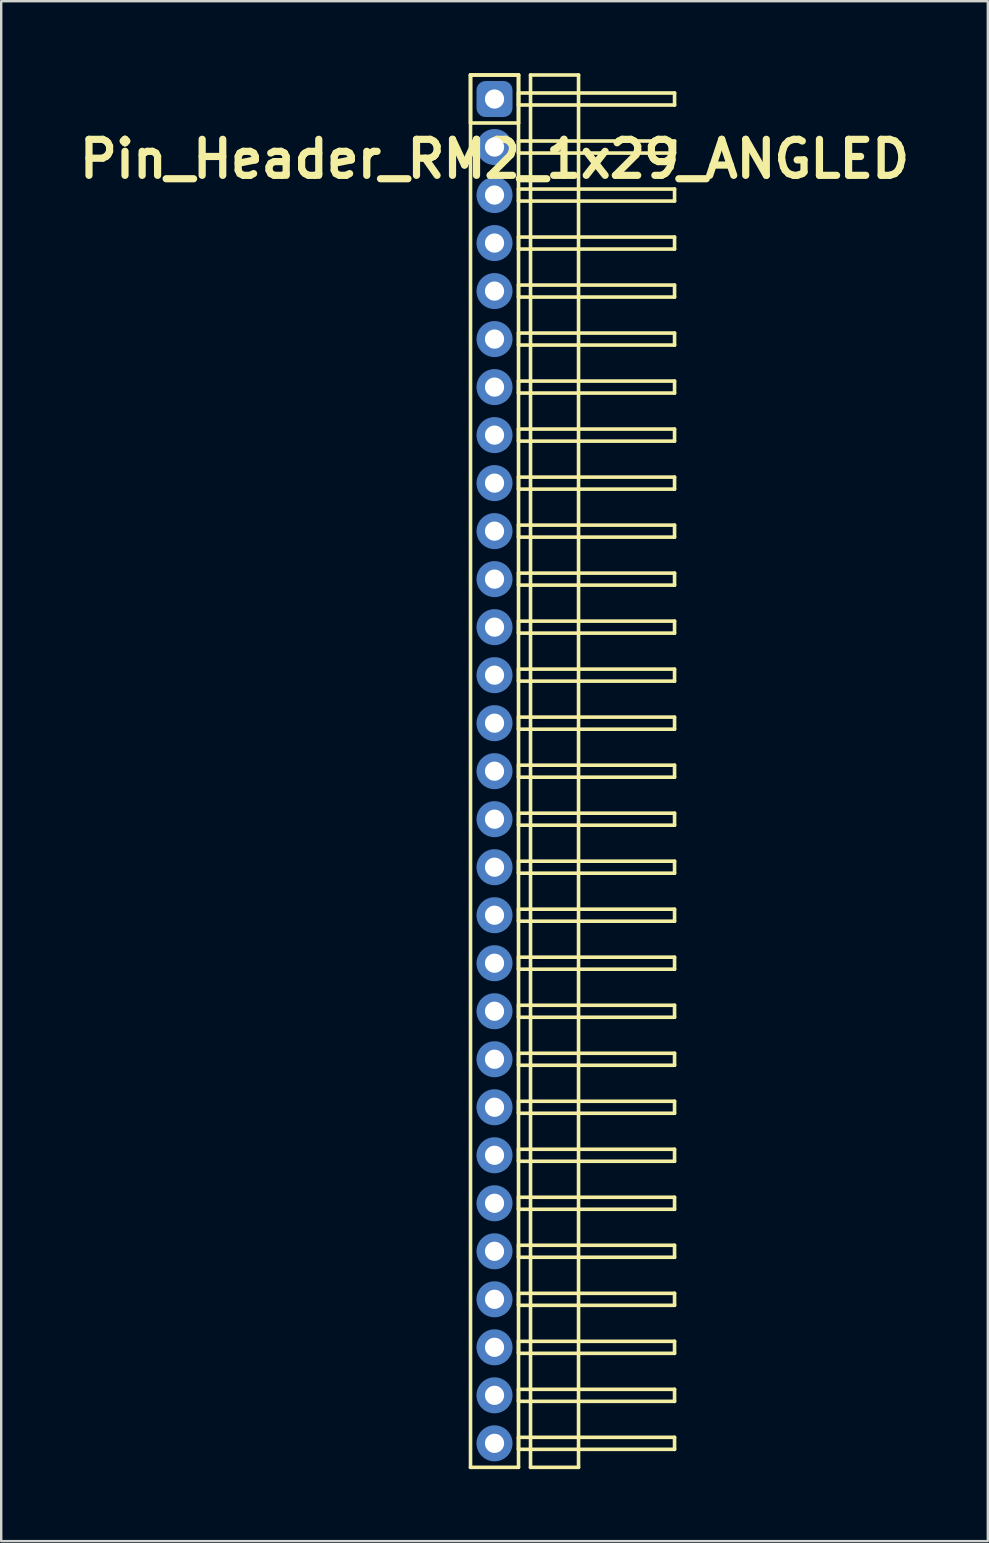
<source format=kicad_pcb>
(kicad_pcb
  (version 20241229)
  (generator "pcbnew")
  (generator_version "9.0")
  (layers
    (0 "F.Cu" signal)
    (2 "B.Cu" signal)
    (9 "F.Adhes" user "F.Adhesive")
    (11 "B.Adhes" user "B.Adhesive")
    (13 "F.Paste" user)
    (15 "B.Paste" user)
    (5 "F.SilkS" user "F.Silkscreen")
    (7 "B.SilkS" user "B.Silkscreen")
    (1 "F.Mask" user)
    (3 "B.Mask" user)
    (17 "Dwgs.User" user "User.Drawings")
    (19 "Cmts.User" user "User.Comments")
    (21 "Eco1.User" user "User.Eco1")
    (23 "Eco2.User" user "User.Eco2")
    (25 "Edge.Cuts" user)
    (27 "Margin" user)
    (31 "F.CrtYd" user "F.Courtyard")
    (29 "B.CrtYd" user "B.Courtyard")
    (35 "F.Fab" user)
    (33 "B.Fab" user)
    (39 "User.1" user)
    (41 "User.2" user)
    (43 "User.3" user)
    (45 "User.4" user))
  (footprint "Pin_Header_RM2_1x29_ANGLED"
    (layer "F.Cu")
    (at 17.55 1.075)
    (property "Reference" "Pin_Header_RM2_1x29_ANGLED" (at 0 2.5 0) (layer "F.SilkS") (effects (font (size 1.5 1.5) (thickness 0.3))))
    (attr through_hole)
    (fp_line (start -1 -1) (end 1 -1) (stroke (width 0.15) (type solid)) (layer "F.SilkS"))
    (fp_line (start -1 -1) (end 1 -1) (stroke (width 0.15) (type solid)) (layer "F.SilkS"))
    (fp_line (start -1 1) (end -1 -1) (stroke (width 0.15) (type solid)) (layer "F.SilkS"))
    (fp_line (start -1 57) (end -1 -1) (stroke (width 0.15) (type solid)) (layer "F.SilkS"))
    (fp_line (start 1 -1) (end 1 1) (stroke (width 0.15) (type solid)) (layer "F.SilkS"))
    (fp_line (start 1 -1) (end 1 57) (stroke (width 0.15) (type solid)) (layer "F.SilkS"))
    (fp_line (start 1 -0.25) (end 7.5 -0.25) (stroke (width 0.15) (type solid)) (layer "F.SilkS"))
    (fp_line (start 1 0.25) (end 1 -0.25) (stroke (width 0.15) (type solid)) (layer "F.SilkS"))
    (fp_line (start 1 1) (end -1 1) (stroke (width 0.15) (type solid)) (layer "F.SilkS"))
    (fp_line (start 1 1.75) (end 7.5 1.75) (stroke (width 0.15) (type solid)) (layer "F.SilkS"))
    (fp_line (start 1 2.25) (end 1 1.75) (stroke (width 0.15) (type solid)) (layer "F.SilkS"))
    (fp_line (start 1 3.75) (end 7.5 3.75) (stroke (width 0.15) (type solid)) (layer "F.SilkS"))
    (fp_line (start 1 4.25) (end 1 3.75) (stroke (width 0.15) (type solid)) (layer "F.SilkS"))
    (fp_line (start 1 5.75) (end 7.5 5.75) (stroke (width 0.15) (type solid)) (layer "F.SilkS"))
    (fp_line (start 1 6.25) (end 1 5.75) (stroke (width 0.15) (type solid)) (layer "F.SilkS"))
    (fp_line (start 1 7.75) (end 7.5 7.75) (stroke (width 0.15) (type solid)) (layer "F.SilkS"))
    (fp_line (start 1 8.25) (end 1 7.75) (stroke (width 0.15) (type solid)) (layer "F.SilkS"))
    (fp_line (start 1 9.75) (end 7.5 9.75) (stroke (width 0.15) (type solid)) (layer "F.SilkS"))
    (fp_line (start 1 10.25) (end 1 9.75) (stroke (width 0.15) (type solid)) (layer "F.SilkS"))
    (fp_line (start 1 11.75) (end 7.5 11.75) (stroke (width 0.15) (type solid)) (layer "F.SilkS"))
    (fp_line (start 1 12.25) (end 1 11.75) (stroke (width 0.15) (type solid)) (layer "F.SilkS"))
    (fp_line (start 1 13.75) (end 7.5 13.75) (stroke (width 0.15) (type solid)) (layer "F.SilkS"))
    (fp_line (start 1 14.25) (end 1 13.75) (stroke (width 0.15) (type solid)) (layer "F.SilkS"))
    (fp_line (start 1 15.75) (end 7.5 15.75) (stroke (width 0.15) (type solid)) (layer "F.SilkS"))
    (fp_line (start 1 16.25) (end 1 15.75) (stroke (width 0.15) (type solid)) (layer "F.SilkS"))
    (fp_line (start 1 17.75) (end 7.5 17.75) (stroke (width 0.15) (type solid)) (layer "F.SilkS"))
    (fp_line (start 1 18.25) (end 1 17.75) (stroke (width 0.15) (type solid)) (layer "F.SilkS"))
    (fp_line (start 1 19.75) (end 7.5 19.75) (stroke (width 0.15) (type solid)) (layer "F.SilkS"))
    (fp_line (start 1 20.25) (end 1 19.75) (stroke (width 0.15) (type solid)) (layer "F.SilkS"))
    (fp_line (start 1 21.75) (end 7.5 21.75) (stroke (width 0.15) (type solid)) (layer "F.SilkS"))
    (fp_line (start 1 22.25) (end 1 21.75) (stroke (width 0.15) (type solid)) (layer "F.SilkS"))
    (fp_line (start 1 23.75) (end 7.5 23.75) (stroke (width 0.15) (type solid)) (layer "F.SilkS"))
    (fp_line (start 1 24.25) (end 1 23.75) (stroke (width 0.15) (type solid)) (layer "F.SilkS"))
    (fp_line (start 1 25.75) (end 7.5 25.75) (stroke (width 0.15) (type solid)) (layer "F.SilkS"))
    (fp_line (start 1 26.25) (end 1 25.75) (stroke (width 0.15) (type solid)) (layer "F.SilkS"))
    (fp_line (start 1 27.75) (end 7.5 27.75) (stroke (width 0.15) (type solid)) (layer "F.SilkS"))
    (fp_line (start 1 28.25) (end 1 27.75) (stroke (width 0.15) (type solid)) (layer "F.SilkS"))
    (fp_line (start 1 29.75) (end 7.5 29.75) (stroke (width 0.15) (type solid)) (layer "F.SilkS"))
    (fp_line (start 1 30.25) (end 1 29.75) (stroke (width 0.15) (type solid)) (layer "F.SilkS"))
    (fp_line (start 1 31.75) (end 7.5 31.75) (stroke (width 0.15) (type solid)) (layer "F.SilkS"))
    (fp_line (start 1 32.25) (end 1 31.75) (stroke (width 0.15) (type solid)) (layer "F.SilkS"))
    (fp_line (start 1 33.75) (end 7.5 33.75) (stroke (width 0.15) (type solid)) (layer "F.SilkS"))
    (fp_line (start 1 34.25) (end 1 33.75) (stroke (width 0.15) (type solid)) (layer "F.SilkS"))
    (fp_line (start 1 35.75) (end 7.5 35.75) (stroke (width 0.15) (type solid)) (layer "F.SilkS"))
    (fp_line (start 1 36.25) (end 1 35.75) (stroke (width 0.15) (type solid)) (layer "F.SilkS"))
    (fp_line (start 1 37.75) (end 7.5 37.75) (stroke (width 0.15) (type solid)) (layer "F.SilkS"))
    (fp_line (start 1 38.25) (end 1 37.75) (stroke (width 0.15) (type solid)) (layer "F.SilkS"))
    (fp_line (start 1 39.75) (end 7.5 39.75) (stroke (width 0.15) (type solid)) (layer "F.SilkS"))
    (fp_line (start 1 40.25) (end 1 39.75) (stroke (width 0.15) (type solid)) (layer "F.SilkS"))
    (fp_line (start 1 41.75) (end 7.5 41.75) (stroke (width 0.15) (type solid)) (layer "F.SilkS"))
    (fp_line (start 1 42.25) (end 1 41.75) (stroke (width 0.15) (type solid)) (layer "F.SilkS"))
    (fp_line (start 1 43.75) (end 7.5 43.75) (stroke (width 0.15) (type solid)) (layer "F.SilkS"))
    (fp_line (start 1 44.25) (end 1 43.75) (stroke (width 0.15) (type solid)) (layer "F.SilkS"))
    (fp_line (start 1 45.75) (end 7.5 45.75) (stroke (width 0.15) (type solid)) (layer "F.SilkS"))
    (fp_line (start 1 46.25) (end 1 45.75) (stroke (width 0.15) (type solid)) (layer "F.SilkS"))
    (fp_line (start 1 47.75) (end 7.5 47.75) (stroke (width 0.15) (type solid)) (layer "F.SilkS"))
    (fp_line (start 1 48.25) (end 1 47.75) (stroke (width 0.15) (type solid)) (layer "F.SilkS"))
    (fp_line (start 1 49.75) (end 7.5 49.75) (stroke (width 0.15) (type solid)) (layer "F.SilkS"))
    (fp_line (start 1 50.25) (end 1 49.75) (stroke (width 0.15) (type solid)) (layer "F.SilkS"))
    (fp_line (start 1 51.75) (end 7.5 51.75) (stroke (width 0.15) (type solid)) (layer "F.SilkS"))
    (fp_line (start 1 52.25) (end 1 51.75) (stroke (width 0.15) (type solid)) (layer "F.SilkS"))
    (fp_line (start 1 53.75) (end 7.5 53.75) (stroke (width 0.15) (type solid)) (layer "F.SilkS"))
    (fp_line (start 1 54.25) (end 1 53.75) (stroke (width 0.15) (type solid)) (layer "F.SilkS"))
    (fp_line (start 1 55.75) (end 7.5 55.75) (stroke (width 0.15) (type solid)) (layer "F.SilkS"))
    (fp_line (start 1 56.25) (end 1 55.75) (stroke (width 0.15) (type solid)) (layer "F.SilkS"))
    (fp_line (start 1 57) (end -1 57) (stroke (width 0.15) (type solid)) (layer "F.SilkS"))
    (fp_line (start 1.5 -1) (end 3.5 -1) (stroke (width 0.15) (type solid)) (layer "F.SilkS"))
    (fp_line (start 1.5 57) (end 1.5 -1) (stroke (width 0.15) (type solid)) (layer "F.SilkS"))
    (fp_line (start 3.5 -1) (end 3.5 57) (stroke (width 0.15) (type solid)) (layer "F.SilkS"))
    (fp_line (start 3.5 57) (end 1.5 57) (stroke (width 0.15) (type solid)) (layer "F.SilkS"))
    (fp_line (start 7.5 -0.25) (end 7.5 0.25) (stroke (width 0.15) (type solid)) (layer "F.SilkS"))
    (fp_line (start 7.5 0.25) (end 1 0.25) (stroke (width 0.15) (type solid)) (layer "F.SilkS"))
    (fp_line (start 7.5 1.75) (end 7.5 2.25) (stroke (width 0.15) (type solid)) (layer "F.SilkS"))
    (fp_line (start 7.5 2.25) (end 1 2.25) (stroke (width 0.15) (type solid)) (layer "F.SilkS"))
    (fp_line (start 7.5 3.75) (end 7.5 4.25) (stroke (width 0.15) (type solid)) (layer "F.SilkS"))
    (fp_line (start 7.5 4.25) (end 1 4.25) (stroke (width 0.15) (type solid)) (layer "F.SilkS"))
    (fp_line (start 7.5 5.75) (end 7.5 6.25) (stroke (width 0.15) (type solid)) (layer "F.SilkS"))
    (fp_line (start 7.5 6.25) (end 1 6.25) (stroke (width 0.15) (type solid)) (layer "F.SilkS"))
    (fp_line (start 7.5 7.75) (end 7.5 8.25) (stroke (width 0.15) (type solid)) (layer "F.SilkS"))
    (fp_line (start 7.5 8.25) (end 1 8.25) (stroke (width 0.15) (type solid)) (layer "F.SilkS"))
    (fp_line (start 7.5 9.75) (end 7.5 10.25) (stroke (width 0.15) (type solid)) (layer "F.SilkS"))
    (fp_line (start 7.5 10.25) (end 1 10.25) (stroke (width 0.15) (type solid)) (layer "F.SilkS"))
    (fp_line (start 7.5 11.75) (end 7.5 12.25) (stroke (width 0.15) (type solid)) (layer "F.SilkS"))
    (fp_line (start 7.5 12.25) (end 1 12.25) (stroke (width 0.15) (type solid)) (layer "F.SilkS"))
    (fp_line (start 7.5 13.75) (end 7.5 14.25) (stroke (width 0.15) (type solid)) (layer "F.SilkS"))
    (fp_line (start 7.5 14.25) (end 1 14.25) (stroke (width 0.15) (type solid)) (layer "F.SilkS"))
    (fp_line (start 7.5 15.75) (end 7.5 16.25) (stroke (width 0.15) (type solid)) (layer "F.SilkS"))
    (fp_line (start 7.5 16.25) (end 1 16.25) (stroke (width 0.15) (type solid)) (layer "F.SilkS"))
    (fp_line (start 7.5 17.75) (end 7.5 18.25) (stroke (width 0.15) (type solid)) (layer "F.SilkS"))
    (fp_line (start 7.5 18.25) (end 1 18.25) (stroke (width 0.15) (type solid)) (layer "F.SilkS"))
    (fp_line (start 7.5 19.75) (end 7.5 20.25) (stroke (width 0.15) (type solid)) (layer "F.SilkS"))
    (fp_line (start 7.5 20.25) (end 1 20.25) (stroke (width 0.15) (type solid)) (layer "F.SilkS"))
    (fp_line (start 7.5 21.75) (end 7.5 22.25) (stroke (width 0.15) (type solid)) (layer "F.SilkS"))
    (fp_line (start 7.5 22.25) (end 1 22.25) (stroke (width 0.15) (type solid)) (layer "F.SilkS"))
    (fp_line (start 7.5 23.75) (end 7.5 24.25) (stroke (width 0.15) (type solid)) (layer "F.SilkS"))
    (fp_line (start 7.5 24.25) (end 1 24.25) (stroke (width 0.15) (type solid)) (layer "F.SilkS"))
    (fp_line (start 7.5 25.75) (end 7.5 26.25) (stroke (width 0.15) (type solid)) (layer "F.SilkS"))
    (fp_line (start 7.5 26.25) (end 1 26.25) (stroke (width 0.15) (type solid)) (layer "F.SilkS"))
    (fp_line (start 7.5 27.75) (end 7.5 28.25) (stroke (width 0.15) (type solid)) (layer "F.SilkS"))
    (fp_line (start 7.5 28.25) (end 1 28.25) (stroke (width 0.15) (type solid)) (layer "F.SilkS"))
    (fp_line (start 7.5 29.75) (end 7.5 30.25) (stroke (width 0.15) (type solid)) (layer "F.SilkS"))
    (fp_line (start 7.5 30.25) (end 1 30.25) (stroke (width 0.15) (type solid)) (layer "F.SilkS"))
    (fp_line (start 7.5 31.75) (end 7.5 32.25) (stroke (width 0.15) (type solid)) (layer "F.SilkS"))
    (fp_line (start 7.5 32.25) (end 1 32.25) (stroke (width 0.15) (type solid)) (layer "F.SilkS"))
    (fp_line (start 7.5 33.75) (end 7.5 34.25) (stroke (width 0.15) (type solid)) (layer "F.SilkS"))
    (fp_line (start 7.5 34.25) (end 1 34.25) (stroke (width 0.15) (type solid)) (layer "F.SilkS"))
    (fp_line (start 7.5 35.75) (end 7.5 36.25) (stroke (width 0.15) (type solid)) (layer "F.SilkS"))
    (fp_line (start 7.5 36.25) (end 1 36.25) (stroke (width 0.15) (type solid)) (layer "F.SilkS"))
    (fp_line (start 7.5 37.75) (end 7.5 38.25) (stroke (width 0.15) (type solid)) (layer "F.SilkS"))
    (fp_line (start 7.5 38.25) (end 1 38.25) (stroke (width 0.15) (type solid)) (layer "F.SilkS"))
    (fp_line (start 7.5 39.75) (end 7.5 40.25) (stroke (width 0.15) (type solid)) (layer "F.SilkS"))
    (fp_line (start 7.5 40.25) (end 1 40.25) (stroke (width 0.15) (type solid)) (layer "F.SilkS"))
    (fp_line (start 7.5 41.75) (end 7.5 42.25) (stroke (width 0.15) (type solid)) (layer "F.SilkS"))
    (fp_line (start 7.5 42.25) (end 1 42.25) (stroke (width 0.15) (type solid)) (layer "F.SilkS"))
    (fp_line (start 7.5 43.75) (end 7.5 44.25) (stroke (width 0.15) (type solid)) (layer "F.SilkS"))
    (fp_line (start 7.5 44.25) (end 1 44.25) (stroke (width 0.15) (type solid)) (layer "F.SilkS"))
    (fp_line (start 7.5 45.75) (end 7.5 46.25) (stroke (width 0.15) (type solid)) (layer "F.SilkS"))
    (fp_line (start 7.5 46.25) (end 1 46.25) (stroke (width 0.15) (type solid)) (layer "F.SilkS"))
    (fp_line (start 7.5 47.75) (end 7.5 48.25) (stroke (width 0.15) (type solid)) (layer "F.SilkS"))
    (fp_line (start 7.5 48.25) (end 1 48.25) (stroke (width 0.15) (type solid)) (layer "F.SilkS"))
    (fp_line (start 7.5 49.75) (end 7.5 50.25) (stroke (width 0.15) (type solid)) (layer "F.SilkS"))
    (fp_line (start 7.5 50.25) (end 1 50.25) (stroke (width 0.15) (type solid)) (layer "F.SilkS"))
    (fp_line (start 7.5 51.75) (end 7.5 52.25) (stroke (width 0.15) (type solid)) (layer "F.SilkS"))
    (fp_line (start 7.5 52.25) (end 1 52.25) (stroke (width 0.15) (type solid)) (layer "F.SilkS"))
    (fp_line (start 7.5 53.75) (end 7.5 54.25) (stroke (width 0.15) (type solid)) (layer "F.SilkS"))
    (fp_line (start 7.5 54.25) (end 1 54.25) (stroke (width 0.15) (type solid)) (layer "F.SilkS"))
    (fp_line (start 7.5 55.75) (end 7.5 56.25) (stroke (width 0.15) (type solid)) (layer "F.SilkS"))
    (fp_line (start 7.5 56.25) (end 1 56.25) (stroke (width 0.15) (type solid)) (layer "F.SilkS"))
    (pad "1" thru_hole circle (at 0 0) (size 1.1 1.1) (drill 0.8) (layers "*.Cu" "*.Mask"))
    (pad "1" smd roundrect (at 0 0) (size 1.25 1.25) (layers "F.Cu" "F.Mask") (roundrect_rratio 0.25))
    (pad "1" smd roundrect (at 0 0) (size 1.5 1.5) (layers "B.Cu" "B.Mask") (roundrect_rratio 0.25))
    (pad "2" thru_hole circle (at 0 2) (size 1.1 1.1) (drill 0.8) (layers "*.Cu" "*.Mask"))
    (pad "2" smd circle (at 0 2) (size 1.25 1.25) (layers "F.Cu" "F.Mask"))
    (pad "2" smd circle (at 0 2) (size 1.5 1.5) (layers "B.Cu" "B.Mask"))
    (pad "3" thru_hole circle (at 0 4) (size 1.1 1.1) (drill 0.8) (layers "*.Cu" "*.Mask"))
    (pad "3" smd circle (at 0 4) (size 1.25 1.25) (layers "F.Cu" "F.Mask"))
    (pad "3" smd circle (at 0 4) (size 1.5 1.5) (layers "B.Cu" "B.Mask"))
    (pad "4" thru_hole circle (at 0 6) (size 1.1 1.1) (drill 0.8) (layers "*.Cu" "*.Mask"))
    (pad "4" smd circle (at 0 6) (size 1.25 1.25) (layers "F.Cu" "F.Mask"))
    (pad "4" smd circle (at 0 6) (size 1.5 1.5) (layers "B.Cu" "B.Mask"))
    (pad "5" thru_hole circle (at 0 8) (size 1.1 1.1) (drill 0.8) (layers "*.Cu" "*.Mask"))
    (pad "5" smd circle (at 0 8) (size 1.25 1.25) (layers "F.Cu" "F.Mask"))
    (pad "5" smd circle (at 0 8) (size 1.5 1.5) (layers "B.Cu" "B.Mask"))
    (pad "6" thru_hole circle (at 0 10) (size 1.1 1.1) (drill 0.8) (layers "*.Cu" "*.Mask"))
    (pad "6" smd circle (at 0 10) (size 1.25 1.25) (layers "F.Cu" "F.Mask"))
    (pad "6" smd circle (at 0 10) (size 1.5 1.5) (layers "B.Cu" "B.Mask"))
    (pad "7" thru_hole circle (at 0 12) (size 1.1 1.1) (drill 0.8) (layers "*.Cu" "*.Mask"))
    (pad "7" smd circle (at 0 12) (size 1.25 1.25) (layers "F.Cu" "F.Mask"))
    (pad "7" smd circle (at 0 12) (size 1.5 1.5) (layers "B.Cu" "B.Mask"))
    (pad "8" thru_hole circle (at 0 14) (size 1.1 1.1) (drill 0.8) (layers "*.Cu" "*.Mask"))
    (pad "8" smd circle (at 0 14) (size 1.25 1.25) (layers "F.Cu" "F.Mask"))
    (pad "8" smd circle (at 0 14) (size 1.5 1.5) (layers "B.Cu" "B.Mask"))
    (pad "9" thru_hole circle (at 0 16) (size 1.1 1.1) (drill 0.8) (layers "*.Cu" "*.Mask"))
    (pad "9" smd circle (at 0 16) (size 1.25 1.25) (layers "F.Cu" "F.Mask"))
    (pad "9" smd circle (at 0 16) (size 1.5 1.5) (layers "B.Cu" "B.Mask"))
    (pad "10" thru_hole circle (at 0 18) (size 1.1 1.1) (drill 0.8) (layers "*.Cu" "*.Mask"))
    (pad "10" smd circle (at 0 18) (size 1.25 1.25) (layers "F.Cu" "F.Mask"))
    (pad "10" smd circle (at 0 18) (size 1.5 1.5) (layers "B.Cu" "B.Mask"))
    (pad "11" thru_hole circle (at 0 20) (size 1.1 1.1) (drill 0.8) (layers "*.Cu" "*.Mask"))
    (pad "11" smd circle (at 0 20) (size 1.25 1.25) (layers "F.Cu" "F.Mask"))
    (pad "11" smd circle (at 0 20) (size 1.5 1.5) (layers "B.Cu" "B.Mask"))
    (pad "12" thru_hole circle (at 0 22) (size 1.1 1.1) (drill 0.8) (layers "*.Cu" "*.Mask"))
    (pad "12" smd circle (at 0 22) (size 1.25 1.25) (layers "F.Cu" "F.Mask"))
    (pad "12" smd circle (at 0 22) (size 1.5 1.5) (layers "B.Cu" "B.Mask"))
    (pad "13" thru_hole circle (at 0 24) (size 1.1 1.1) (drill 0.8) (layers "*.Cu" "*.Mask"))
    (pad "13" smd circle (at 0 24) (size 1.25 1.25) (layers "F.Cu" "F.Mask"))
    (pad "13" smd circle (at 0 24) (size 1.5 1.5) (layers "B.Cu" "B.Mask"))
    (pad "14" thru_hole circle (at 0 26) (size 1.1 1.1) (drill 0.8) (layers "*.Cu" "*.Mask"))
    (pad "14" smd circle (at 0 26) (size 1.25 1.25) (layers "F.Cu" "F.Mask"))
    (pad "14" smd circle (at 0 26) (size 1.5 1.5) (layers "B.Cu" "B.Mask"))
    (pad "15" thru_hole circle (at 0 28) (size 1.1 1.1) (drill 0.8) (layers "*.Cu" "*.Mask"))
    (pad "15" smd circle (at 0 28) (size 1.25 1.25) (layers "F.Cu" "F.Mask"))
    (pad "15" smd circle (at 0 28) (size 1.5 1.5) (layers "B.Cu" "B.Mask"))
    (pad "16" thru_hole circle (at 0 30) (size 1.1 1.1) (drill 0.8) (layers "*.Cu" "*.Mask"))
    (pad "16" smd circle (at 0 30) (size 1.25 1.25) (layers "F.Cu" "F.Mask"))
    (pad "16" smd circle (at 0 30) (size 1.5 1.5) (layers "B.Cu" "B.Mask"))
    (pad "17" thru_hole circle (at 0 32) (size 1.1 1.1) (drill 0.8) (layers "*.Cu" "*.Mask"))
    (pad "17" smd circle (at 0 32) (size 1.25 1.25) (layers "F.Cu" "F.Mask"))
    (pad "17" smd circle (at 0 32) (size 1.5 1.5) (layers "B.Cu" "B.Mask"))
    (pad "18" thru_hole circle (at 0 34) (size 1.1 1.1) (drill 0.8) (layers "*.Cu" "*.Mask"))
    (pad "18" smd circle (at 0 34) (size 1.25 1.25) (layers "F.Cu" "F.Mask"))
    (pad "18" smd circle (at 0 34) (size 1.5 1.5) (layers "B.Cu" "B.Mask"))
    (pad "19" thru_hole circle (at 0 36) (size 1.1 1.1) (drill 0.8) (layers "*.Cu" "*.Mask"))
    (pad "19" smd circle (at 0 36) (size 1.25 1.25) (layers "F.Cu" "F.Mask"))
    (pad "19" smd circle (at 0 36) (size 1.5 1.5) (layers "B.Cu" "B.Mask"))
    (pad "20" thru_hole circle (at 0 38) (size 1.1 1.1) (drill 0.8) (layers "*.Cu" "*.Mask"))
    (pad "20" smd circle (at 0 38) (size 1.25 1.25) (layers "F.Cu" "F.Mask"))
    (pad "20" smd circle (at 0 38) (size 1.5 1.5) (layers "B.Cu" "B.Mask"))
    (pad "21" thru_hole circle (at 0 40) (size 1.1 1.1) (drill 0.8) (layers "*.Cu" "*.Mask"))
    (pad "21" smd circle (at 0 40) (size 1.25 1.25) (layers "F.Cu" "F.Mask"))
    (pad "21" smd circle (at 0 40) (size 1.5 1.5) (layers "B.Cu" "B.Mask"))
    (pad "22" thru_hole circle (at 0 42) (size 1.1 1.1) (drill 0.8) (layers "*.Cu" "*.Mask"))
    (pad "22" smd circle (at 0 42) (size 1.25 1.25) (layers "F.Cu" "F.Mask"))
    (pad "22" smd circle (at 0 42) (size 1.5 1.5) (layers "B.Cu" "B.Mask"))
    (pad "23" thru_hole circle (at 0 44) (size 1.1 1.1) (drill 0.8) (layers "*.Cu" "*.Mask"))
    (pad "23" smd circle (at 0 44) (size 1.25 1.25) (layers "F.Cu" "F.Mask"))
    (pad "23" smd circle (at 0 44) (size 1.5 1.5) (layers "B.Cu" "B.Mask"))
    (pad "24" thru_hole circle (at 0 46) (size 1.1 1.1) (drill 0.8) (layers "*.Cu" "*.Mask"))
    (pad "24" smd circle (at 0 46) (size 1.25 1.25) (layers "F.Cu" "F.Mask"))
    (pad "24" smd circle (at 0 46) (size 1.5 1.5) (layers "B.Cu" "B.Mask"))
    (pad "25" thru_hole circle (at 0 48) (size 1.1 1.1) (drill 0.8) (layers "*.Cu" "*.Mask"))
    (pad "25" smd circle (at 0 48) (size 1.25 1.25) (layers "F.Cu" "F.Mask"))
    (pad "25" smd circle (at 0 48) (size 1.5 1.5) (layers "B.Cu" "B.Mask"))
    (pad "26" thru_hole circle (at 0 50) (size 1.1 1.1) (drill 0.8) (layers "*.Cu" "*.Mask"))
    (pad "26" smd circle (at 0 50) (size 1.25 1.25) (layers "F.Cu" "F.Mask"))
    (pad "26" smd circle (at 0 50) (size 1.5 1.5) (layers "B.Cu" "B.Mask"))
    (pad "27" thru_hole circle (at 0 52) (size 1.1 1.1) (drill 0.8) (layers "*.Cu" "*.Mask"))
    (pad "27" smd circle (at 0 52) (size 1.25 1.25) (layers "F.Cu" "F.Mask"))
    (pad "27" smd circle (at 0 52) (size 1.5 1.5) (layers "B.Cu" "B.Mask"))
    (pad "28" thru_hole circle (at 0 54) (size 1.1 1.1) (drill 0.8) (layers "*.Cu" "*.Mask"))
    (pad "28" smd circle (at 0 54) (size 1.25 1.25) (layers "F.Cu" "F.Mask"))
    (pad "28" smd circle (at 0 54) (size 1.5 1.5) (layers "B.Cu" "B.Mask"))
    (pad "29" thru_hole circle (at 0 56) (size 1.1 1.1) (drill 0.8) (layers "*.Cu" "*.Mask"))
    (pad "29" smd circle (at 0 56) (size 1.25 1.25) (layers "F.Cu" "F.Mask"))
    (pad "29" smd circle (at 0 56) (size 1.5 1.5) (layers "B.Cu" "B.Mask")))
  (gr_rect
    (start -3 -3)
    (end 38.1 61.15)
    (stroke (width 0.1) (type default))
    (fill no)
    (layer "Edge.Cuts")))
</source>
